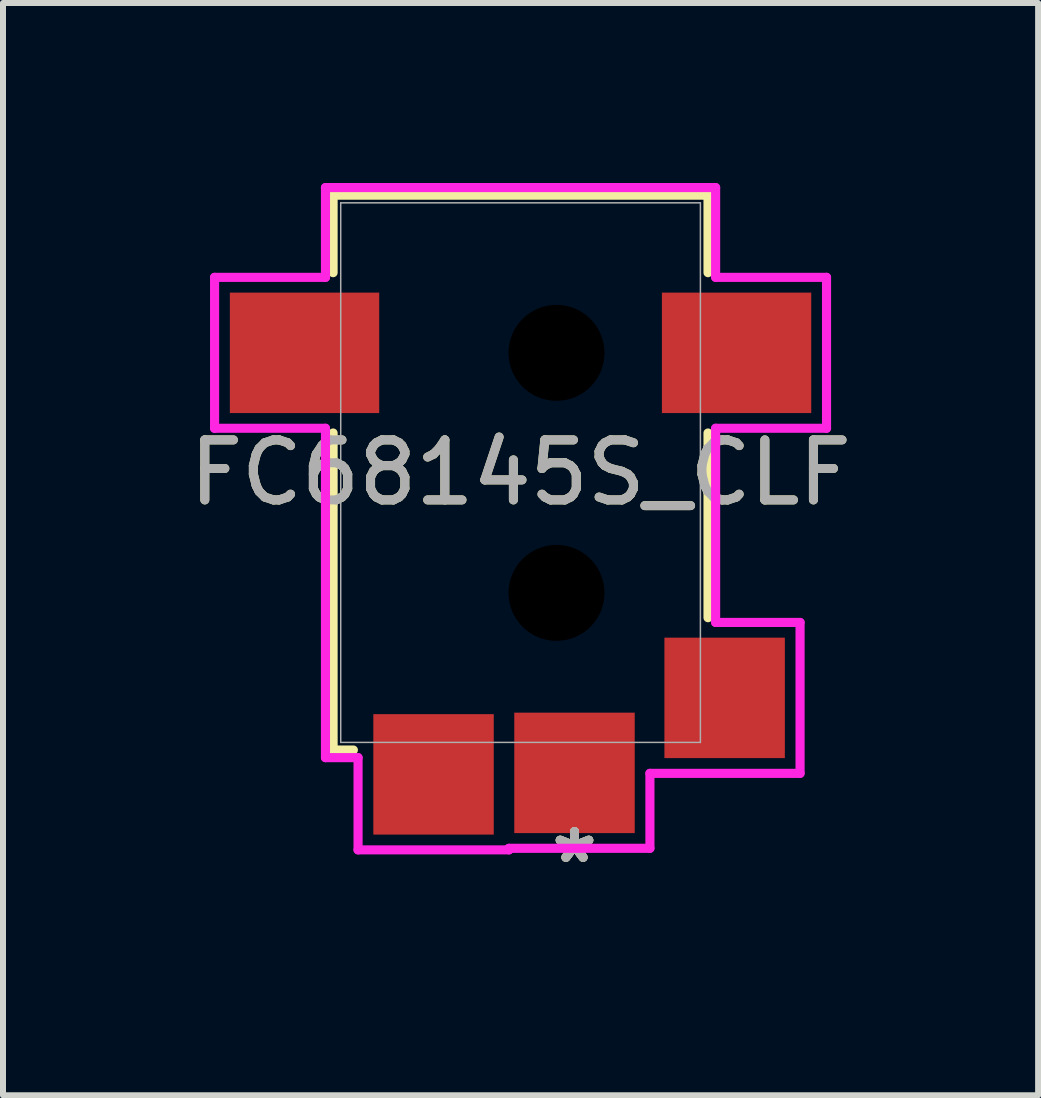
<source format=kicad_pcb>
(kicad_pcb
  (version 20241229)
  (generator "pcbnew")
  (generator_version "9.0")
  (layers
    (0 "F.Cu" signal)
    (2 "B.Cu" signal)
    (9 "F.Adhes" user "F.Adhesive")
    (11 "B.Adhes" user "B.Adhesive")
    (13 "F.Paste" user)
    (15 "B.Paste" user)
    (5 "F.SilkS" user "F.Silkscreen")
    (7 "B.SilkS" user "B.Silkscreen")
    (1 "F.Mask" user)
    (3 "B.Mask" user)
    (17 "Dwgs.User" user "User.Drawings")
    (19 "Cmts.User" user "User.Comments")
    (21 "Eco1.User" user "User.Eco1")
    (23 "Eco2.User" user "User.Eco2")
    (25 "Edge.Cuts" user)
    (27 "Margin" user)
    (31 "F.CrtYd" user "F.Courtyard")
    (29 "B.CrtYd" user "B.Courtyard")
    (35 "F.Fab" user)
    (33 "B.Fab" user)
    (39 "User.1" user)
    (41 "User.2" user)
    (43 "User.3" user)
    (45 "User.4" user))
  (footprint "FC68145S_CLF"
    (layer "F.Cu")
    (at 5.625 4.826)
    (property "Reference" "FC68145S_CLF" (at 0 0 0) (unlocked yes) (layer "F.SilkS") (effects (font (size 1 1) (thickness 0.15))))
    (attr smd)
    (fp_line (start -3.124 -4.623) (end 3.124 -4.623) (stroke (width 0.152) (type solid)) (layer "F.SilkS"))
    (fp_line (start -3.124 -3.332) (end -3.124 -4.623) (stroke (width 0.152) (type solid)) (layer "F.SilkS"))
    (fp_line (start -3.124 4.623) (end -3.124 -0.66) (stroke (width 0.152) (type solid)) (layer "F.SilkS"))
    (fp_line (start -2.786 4.623) (end -3.124 4.623) (stroke (width 0.152) (type solid)) (layer "F.SilkS"))
    (fp_line (start 3.124 -4.623) (end 3.124 -3.332) (stroke (width 0.152) (type solid)) (layer "F.SilkS"))
    (fp_line (start 3.124 -0.66) (end 3.124 2.418) (stroke (width 0.152) (type solid)) (layer "F.SilkS"))
    (fp_line (start -5.099 -3.254) (end -5.099 -0.739) (stroke (width 0.152) (type solid)) (layer "F.CrtYd"))
    (fp_line (start -5.099 -0.739) (end -3.251 -0.739) (stroke (width 0.152) (type solid)) (layer "F.CrtYd"))
    (fp_line (start -3.251 -4.75) (end -3.251 -3.254) (stroke (width 0.152) (type solid)) (layer "F.CrtYd"))
    (fp_line (start -3.251 -3.254) (end -5.099 -3.254) (stroke (width 0.152) (type solid)) (layer "F.CrtYd"))
    (fp_line (start -3.251 -0.739) (end -3.251 4.75) (stroke (width 0.152) (type solid)) (layer "F.CrtYd"))
    (fp_line (start -3.251 4.75) (end -2.708 4.75) (stroke (width 0.152) (type solid)) (layer "F.CrtYd"))
    (fp_line (start -2.708 4.75) (end -2.708 6.287) (stroke (width 0.152) (type solid)) (layer "F.CrtYd"))
    (fp_line (start -2.708 6.287) (end -0.193 6.287) (stroke (width 0.152) (type solid)) (layer "F.CrtYd"))
    (fp_line (start -0.193 6.261) (end 2.156 6.261) (stroke (width 0.152) (type solid)) (layer "F.CrtYd"))
    (fp_line (start -0.193 6.287) (end -0.193 6.261) (stroke (width 0.152) (type solid)) (layer "F.CrtYd"))
    (fp_line (start 2.156 5.012) (end 4.658 5.012) (stroke (width 0.152) (type solid)) (layer "F.CrtYd"))
    (fp_line (start 2.156 6.261) (end 2.156 5.012) (stroke (width 0.152) (type solid)) (layer "F.CrtYd"))
    (fp_line (start 3.251 -4.75) (end -3.251 -4.75) (stroke (width 0.152) (type solid)) (layer "F.CrtYd"))
    (fp_line (start 3.251 -3.254) (end 3.251 -4.75) (stroke (width 0.152) (type solid)) (layer "F.CrtYd"))
    (fp_line (start 3.251 -0.739) (end 5.099 -0.739) (stroke (width 0.152) (type solid)) (layer "F.CrtYd"))
    (fp_line (start 3.251 2.497) (end 3.251 -0.739) (stroke (width 0.152) (type solid)) (layer "F.CrtYd"))
    (fp_line (start 4.658 2.497) (end 3.251 2.497) (stroke (width 0.152) (type solid)) (layer "F.CrtYd"))
    (fp_line (start 4.658 5.012) (end 4.658 2.497) (stroke (width 0.152) (type solid)) (layer "F.CrtYd"))
    (fp_line (start 5.099 -3.254) (end 3.251 -3.254) (stroke (width 0.152) (type solid)) (layer "F.CrtYd"))
    (fp_line (start 5.099 -0.739) (end 5.099 -3.254) (stroke (width 0.152) (type solid)) (layer "F.CrtYd"))
    (fp_line (start -2.997 -4.496) (end -2.997 4.496) (stroke (width 0.025) (type solid)) (layer "F.Fab"))
    (fp_line (start -2.997 4.496) (end 2.997 4.496) (stroke (width 0.025) (type solid)) (layer "F.Fab"))
    (fp_line (start 2.997 -4.496) (end -2.997 -4.496) (stroke (width 0.025) (type solid)) (layer "F.Fab"))
    (fp_line (start 2.997 4.496) (end 2.997 -4.496) (stroke (width 0.025) (type solid)) (layer "F.Fab"))
    (fp_text user "*" (at 0.899 6.528 0) (unlocked yes) (layer "F.SilkS") (effects (font (size 1 1) (thickness 0.15))))
    (fp_text user "*" (at 0.899 6.528 0) (layer "F.SilkS") (effects (font (size 1 1) (thickness 0.15))))
    (fp_text user "*" (at 0.899 6.528 0) (layer "F.Fab") (effects (font (size 1 1) (thickness 0.15))))
    (fp_text user "*" (at 0.899 6.528 0) (unlocked yes) (layer "F.Fab") (effects (font (size 1 1) (thickness 0.15))))
    (fp_text user "${REFERENCE}" (at 0 0 0) (unlocked yes) (layer "F.Fab") (effects (font (size 1 1) (thickness 0.15))))
    (pad "" np_thru_hole circle (at 0.599 -1.996) (size 1.6 1.6) (drill 1.6) (layers))
    (pad "" np_thru_hole circle (at 0.599 2.004) (size 1.6 1.6) (drill 1.6) (layers))
    (pad "1" smd rect (at 0.899 5.004) (size 2.007 2.007) (layers "F.Cu" "F.Mask" "F.Paste"))
    (pad "2" smd rect (at 3.401 3.754) (size 2.007 2.007) (layers "F.Cu" "F.Mask" "F.Paste"))
    (pad "3" smd rect (at -1.45 5.029) (size 2.007 2.007) (layers "F.Cu" "F.Mask" "F.Paste"))
    (pad "4" smd rect (at -3.6 -1.996) (size 2.489 2.007) (layers "F.Cu" "F.Mask" "F.Paste"))
    (pad "5" smd rect (at 3.6 -1.996) (size 2.489 2.007) (layers "F.Cu" "F.Mask" "F.Paste")))
  (gr_rect
    (start -3 -3)
    (end 14.25 15.202)
    (stroke (width 0.1) (type default))
    (fill no)
    (layer "Edge.Cuts")))
</source>
